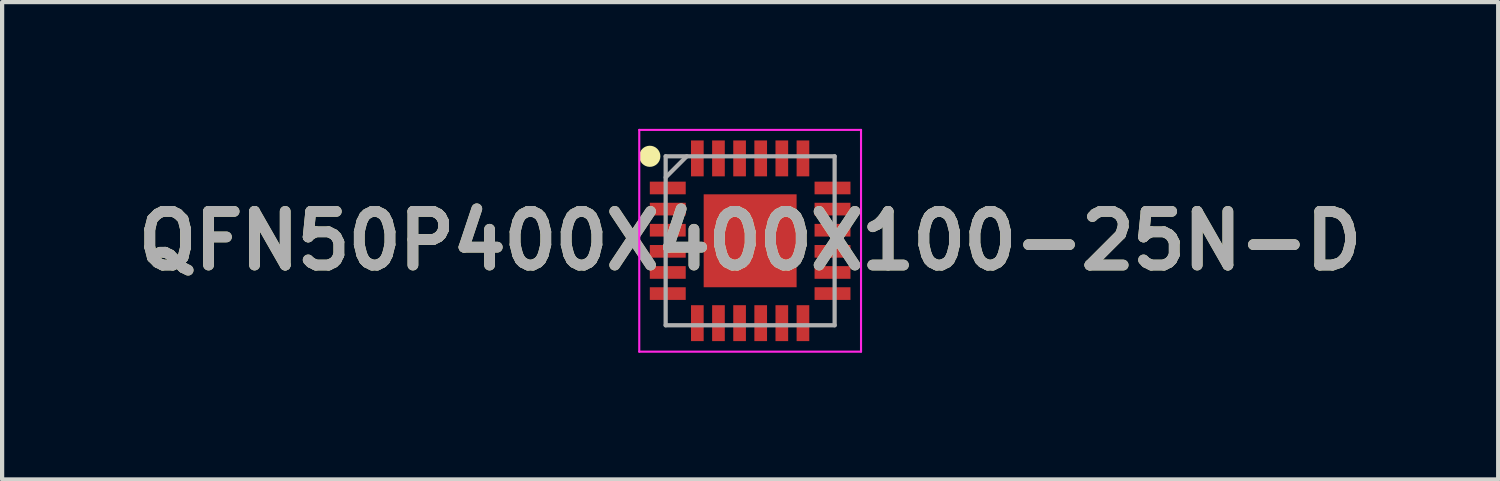
<source format=kicad_pcb>
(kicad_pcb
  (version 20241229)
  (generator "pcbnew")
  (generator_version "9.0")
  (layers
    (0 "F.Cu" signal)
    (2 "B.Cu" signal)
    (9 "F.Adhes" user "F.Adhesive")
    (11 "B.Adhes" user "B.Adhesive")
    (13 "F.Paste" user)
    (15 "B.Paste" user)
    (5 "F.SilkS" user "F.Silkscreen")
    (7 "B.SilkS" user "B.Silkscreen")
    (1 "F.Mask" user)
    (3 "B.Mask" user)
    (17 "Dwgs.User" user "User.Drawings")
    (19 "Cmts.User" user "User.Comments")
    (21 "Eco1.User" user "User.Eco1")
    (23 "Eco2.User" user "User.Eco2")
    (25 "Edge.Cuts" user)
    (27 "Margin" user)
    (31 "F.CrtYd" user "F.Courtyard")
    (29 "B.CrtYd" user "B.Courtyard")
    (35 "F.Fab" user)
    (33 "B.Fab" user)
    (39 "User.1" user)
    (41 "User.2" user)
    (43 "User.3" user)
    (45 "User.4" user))
  (footprint "QFN50P400X400X100-25N-D"
    (layer "F.Cu")
    (at 14.708 2.65)
    (property "Reference" "QFN50P400X400X100-25N-D" (at 0 0 0) (layer "F.SilkS") (effects (font (size 1.27 1.27) (thickness 0.254))))
    (attr smd)
    (fp_circle (center -2.375 -2) (end -2.375 -1.875) (stroke (width 0.25) (type solid)) (fill no) (layer "F.SilkS"))
    (fp_line (start -2.625 -2.625) (end 2.625 -2.625) (stroke (width 0.05) (type solid)) (layer "F.CrtYd"))
    (fp_line (start -2.625 2.625) (end -2.625 -2.625) (stroke (width 0.05) (type solid)) (layer "F.CrtYd"))
    (fp_line (start 2.625 -2.625) (end 2.625 2.625) (stroke (width 0.05) (type solid)) (layer "F.CrtYd"))
    (fp_line (start 2.625 2.625) (end -2.625 2.625) (stroke (width 0.05) (type solid)) (layer "F.CrtYd"))
    (fp_line (start -2 -2) (end 2 -2) (stroke (width 0.1) (type solid)) (layer "F.Fab"))
    (fp_line (start -2 -1.5) (end -1.5 -2) (stroke (width 0.1) (type solid)) (layer "F.Fab"))
    (fp_line (start -2 2) (end -2 -2) (stroke (width 0.1) (type solid)) (layer "F.Fab"))
    (fp_line (start 2 -2) (end 2 2) (stroke (width 0.1) (type solid)) (layer "F.Fab"))
    (fp_line (start 2 2) (end -2 2) (stroke (width 0.1) (type solid)) (layer "F.Fab"))
    (fp_text user "${REFERENCE}" (at 0 0 0) (layer "F.Fab") (effects (font (size 1.27 1.27) (thickness 0.254))))
    (pad "1" smd rect (at -1.95 -1.25 90) (size 0.3 0.85) (layers "F.Cu" "F.Mask" "F.Paste"))
    (pad "2" smd rect (at -1.95 -0.75 90) (size 0.3 0.85) (layers "F.Cu" "F.Mask" "F.Paste"))
    (pad "3" smd rect (at -1.95 -0.25 90) (size 0.3 0.85) (layers "F.Cu" "F.Mask" "F.Paste"))
    (pad "4" smd rect (at -1.95 0.25 90) (size 0.3 0.85) (layers "F.Cu" "F.Mask" "F.Paste"))
    (pad "5" smd rect (at -1.95 0.75 90) (size 0.3 0.85) (layers "F.Cu" "F.Mask" "F.Paste"))
    (pad "6" smd rect (at -1.95 1.25 90) (size 0.3 0.85) (layers "F.Cu" "F.Mask" "F.Paste"))
    (pad "7" smd rect (at -1.25 1.95) (size 0.3 0.85) (layers "F.Cu" "F.Mask" "F.Paste"))
    (pad "8" smd rect (at -0.75 1.95) (size 0.3 0.85) (layers "F.Cu" "F.Mask" "F.Paste"))
    (pad "9" smd rect (at -0.25 1.95) (size 0.3 0.85) (layers "F.Cu" "F.Mask" "F.Paste"))
    (pad "10" smd rect (at 0.25 1.95) (size 0.3 0.85) (layers "F.Cu" "F.Mask" "F.Paste"))
    (pad "11" smd rect (at 0.75 1.95) (size 0.3 0.85) (layers "F.Cu" "F.Mask" "F.Paste"))
    (pad "12" smd rect (at 1.25 1.95) (size 0.3 0.85) (layers "F.Cu" "F.Mask" "F.Paste"))
    (pad "13" smd rect (at 1.95 1.25 90) (size 0.3 0.85) (layers "F.Cu" "F.Mask" "F.Paste"))
    (pad "14" smd rect (at 1.95 0.75 90) (size 0.3 0.85) (layers "F.Cu" "F.Mask" "F.Paste"))
    (pad "15" smd rect (at 1.95 0.25 90) (size 0.3 0.85) (layers "F.Cu" "F.Mask" "F.Paste"))
    (pad "16" smd rect (at 1.95 -0.25 90) (size 0.3 0.85) (layers "F.Cu" "F.Mask" "F.Paste"))
    (pad "17" smd rect (at 1.95 -0.75 90) (size 0.3 0.85) (layers "F.Cu" "F.Mask" "F.Paste"))
    (pad "18" smd rect (at 1.95 -1.25 90) (size 0.3 0.85) (layers "F.Cu" "F.Mask" "F.Paste"))
    (pad "19" smd rect (at 1.25 -1.95) (size 0.3 0.85) (layers "F.Cu" "F.Mask" "F.Paste"))
    (pad "20" smd rect (at 0.75 -1.95) (size 0.3 0.85) (layers "F.Cu" "F.Mask" "F.Paste"))
    (pad "21" smd rect (at 0.25 -1.95) (size 0.3 0.85) (layers "F.Cu" "F.Mask" "F.Paste"))
    (pad "22" smd rect (at -0.25 -1.95) (size 0.3 0.85) (layers "F.Cu" "F.Mask" "F.Paste"))
    (pad "23" smd rect (at -0.75 -1.95) (size 0.3 0.85) (layers "F.Cu" "F.Mask" "F.Paste"))
    (pad "24" smd rect (at -1.25 -1.95) (size 0.3 0.85) (layers "F.Cu" "F.Mask" "F.Paste"))
    (pad "25" smd rect (at 0 0) (size 2.2 2.2) (layers "F.Cu" "F.Mask" "F.Paste")))
  (gr_rect
    (start -3 -3)
    (end 32.416 8.3)
    (stroke (width 0.1) (type default))
    (fill no)
    (layer "Edge.Cuts")))
</source>
